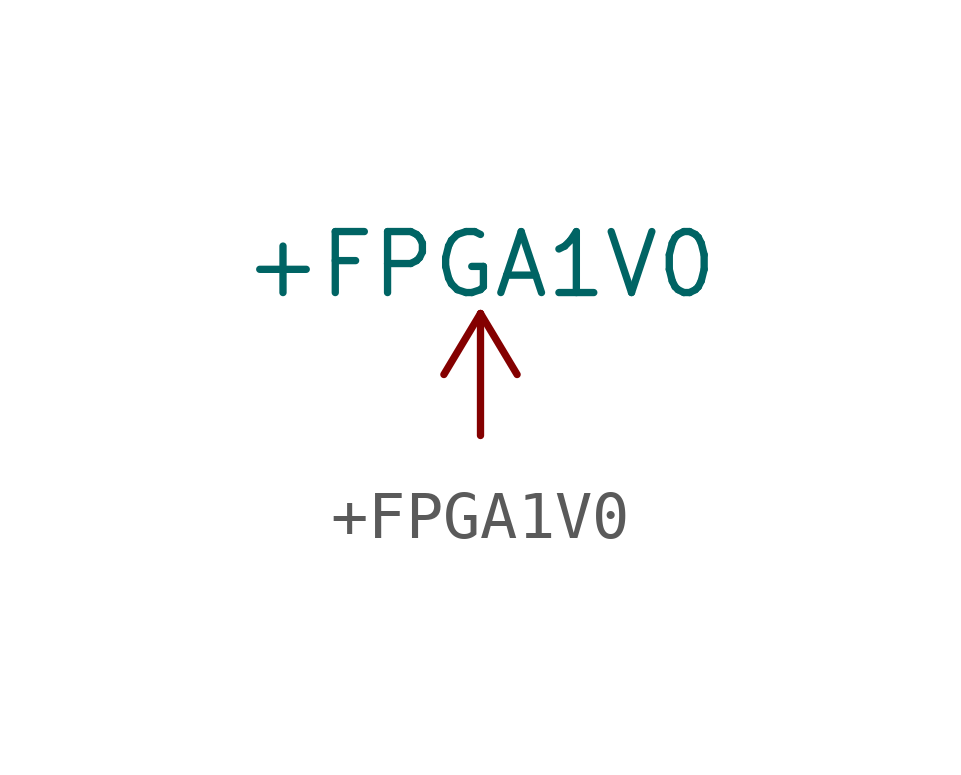
<source format=kicad_sym>
(kicad_symbol_lib
  (version 20220914)
  (generator kicad_symbol_editor)
  (symbol "+FPGA1V0"
    (power)
    (pin_names
      (offset 0))
    (property "Reference" "#PWRFPGA1V0"
      (at 0 -3.81 0)
      (effects (font (size 1.27 1.27)) hide))
    (property "Value" "+FPGA1V0"
      (at 0 3.556 0)
      (effects (font (size 1.27 1.27))))
    (symbol "+FPGA1V0_0_1"
      (polyline (pts (xy -0.762 1.27) (xy 0 2.54)) (stroke (width 0) (type default)) (fill (type none)))
      (polyline (pts (xy 0 0) (xy 0 2.54)) (stroke (width 0) (type default)) (fill (type none)))
      (polyline (pts (xy 0 2.54) (xy 0.762 1.27)) (stroke (width 0) (type default)) (fill (type none))))
    (symbol "+FPGA1V0_1_1"
      (pin power_in line (at 0 0 90) (length 0) hide (name "+FPGA1V0" (effects (font (size 1.27 1.27)))) (number "1" (effects (font (size 1.27 1.27))))))))
</source>
